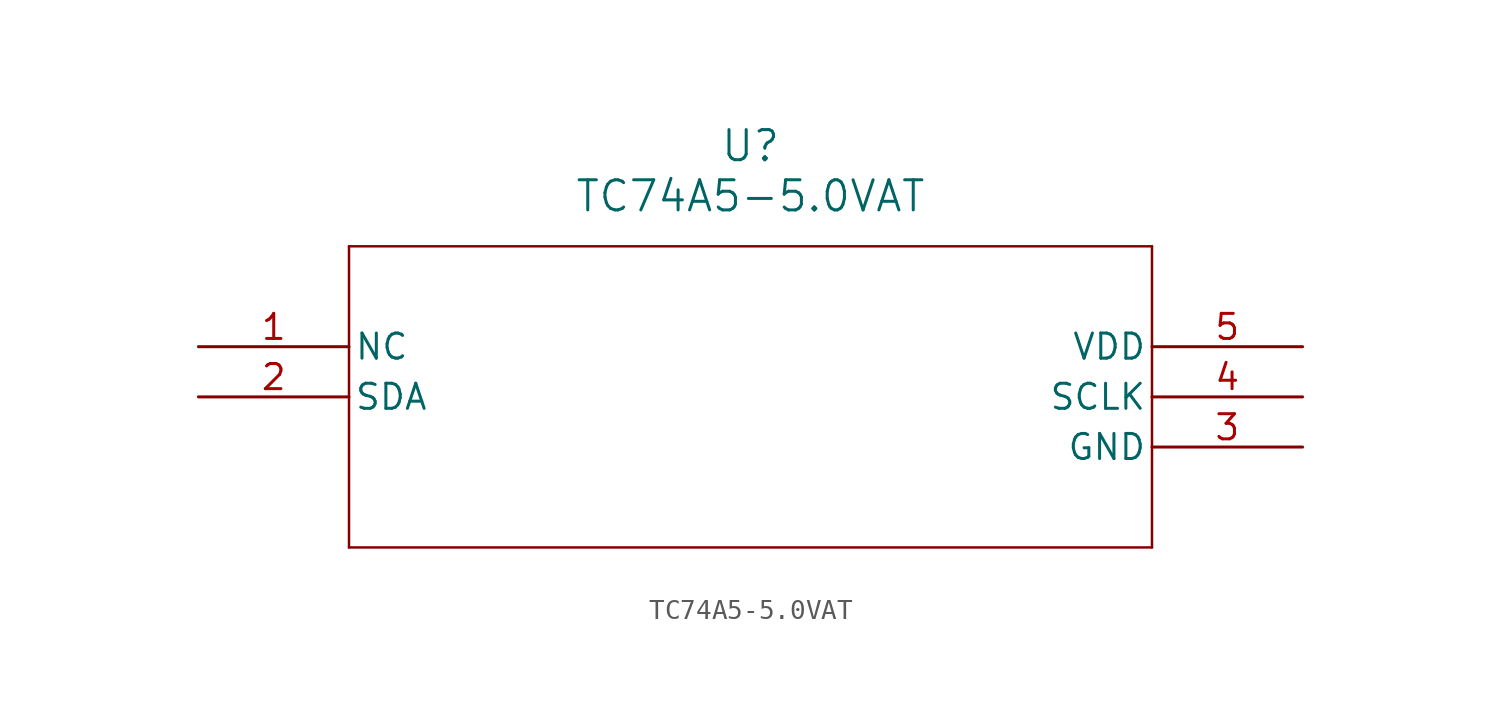
<source format=kicad_sym>
(kicad_symbol_lib
  (version 20220914)
  (generator kicad_symbol_editor)
  (symbol "TC74A5-5.0VAT"
    (pin_names
      (offset 0.254))
    (property "Reference" "U"
      (at 27.94 10.16 0)
      (effects (font (size 1.524 1.524))))
    (property "Value" "TC74A5-5.0VAT"
      (at 27.94 7.62 0)
      (effects (font (size 1.524 1.524))))
    (property "ki_locked" ""
      (at 0 0 0)
      (effects (font (size 1.27 1.27))))
    (symbol "TC74A5-5.0VAT_0_1"
      (polyline (pts (xy 7.62 -10.16) (xy 48.26 -10.16)) (stroke (width 0.127) (type default)) (fill (type none)))
      (polyline (pts (xy 7.62 5.08) (xy 7.62 -10.16)) (stroke (width 0.127) (type default)) (fill (type none)))
      (polyline (pts (xy 48.26 -10.16) (xy 48.26 5.08)) (stroke (width 0.127) (type default)) (fill (type none)))
      (polyline (pts (xy 48.26 5.08) (xy 7.62 5.08)) (stroke (width 0.127) (type default)) (fill (type none)))
      (pin unspecified line (at 0 0 0) (length 7.62) (name "NC" (effects (font (size 1.27 1.27)))) (number "1" (effects (font (size 1.27 1.27)))))
      (pin unspecified line (at 0 -2.54 0) (length 7.62) (name "SDA" (effects (font (size 1.27 1.27)))) (number "2" (effects (font (size 1.27 1.27)))))
      (pin unspecified line (at 55.88 -5.08 180) (length 7.62) (name "GND" (effects (font (size 1.27 1.27)))) (number "3" (effects (font (size 1.27 1.27)))))
      (pin unspecified line (at 55.88 -2.54 180) (length 7.62) (name "SCLK" (effects (font (size 1.27 1.27)))) (number "4" (effects (font (size 1.27 1.27)))))
      (pin unspecified line (at 55.88 0 180) (length 7.62) (name "VDD" (effects (font (size 1.27 1.27)))) (number "5" (effects (font (size 1.27 1.27))))))))
</source>
